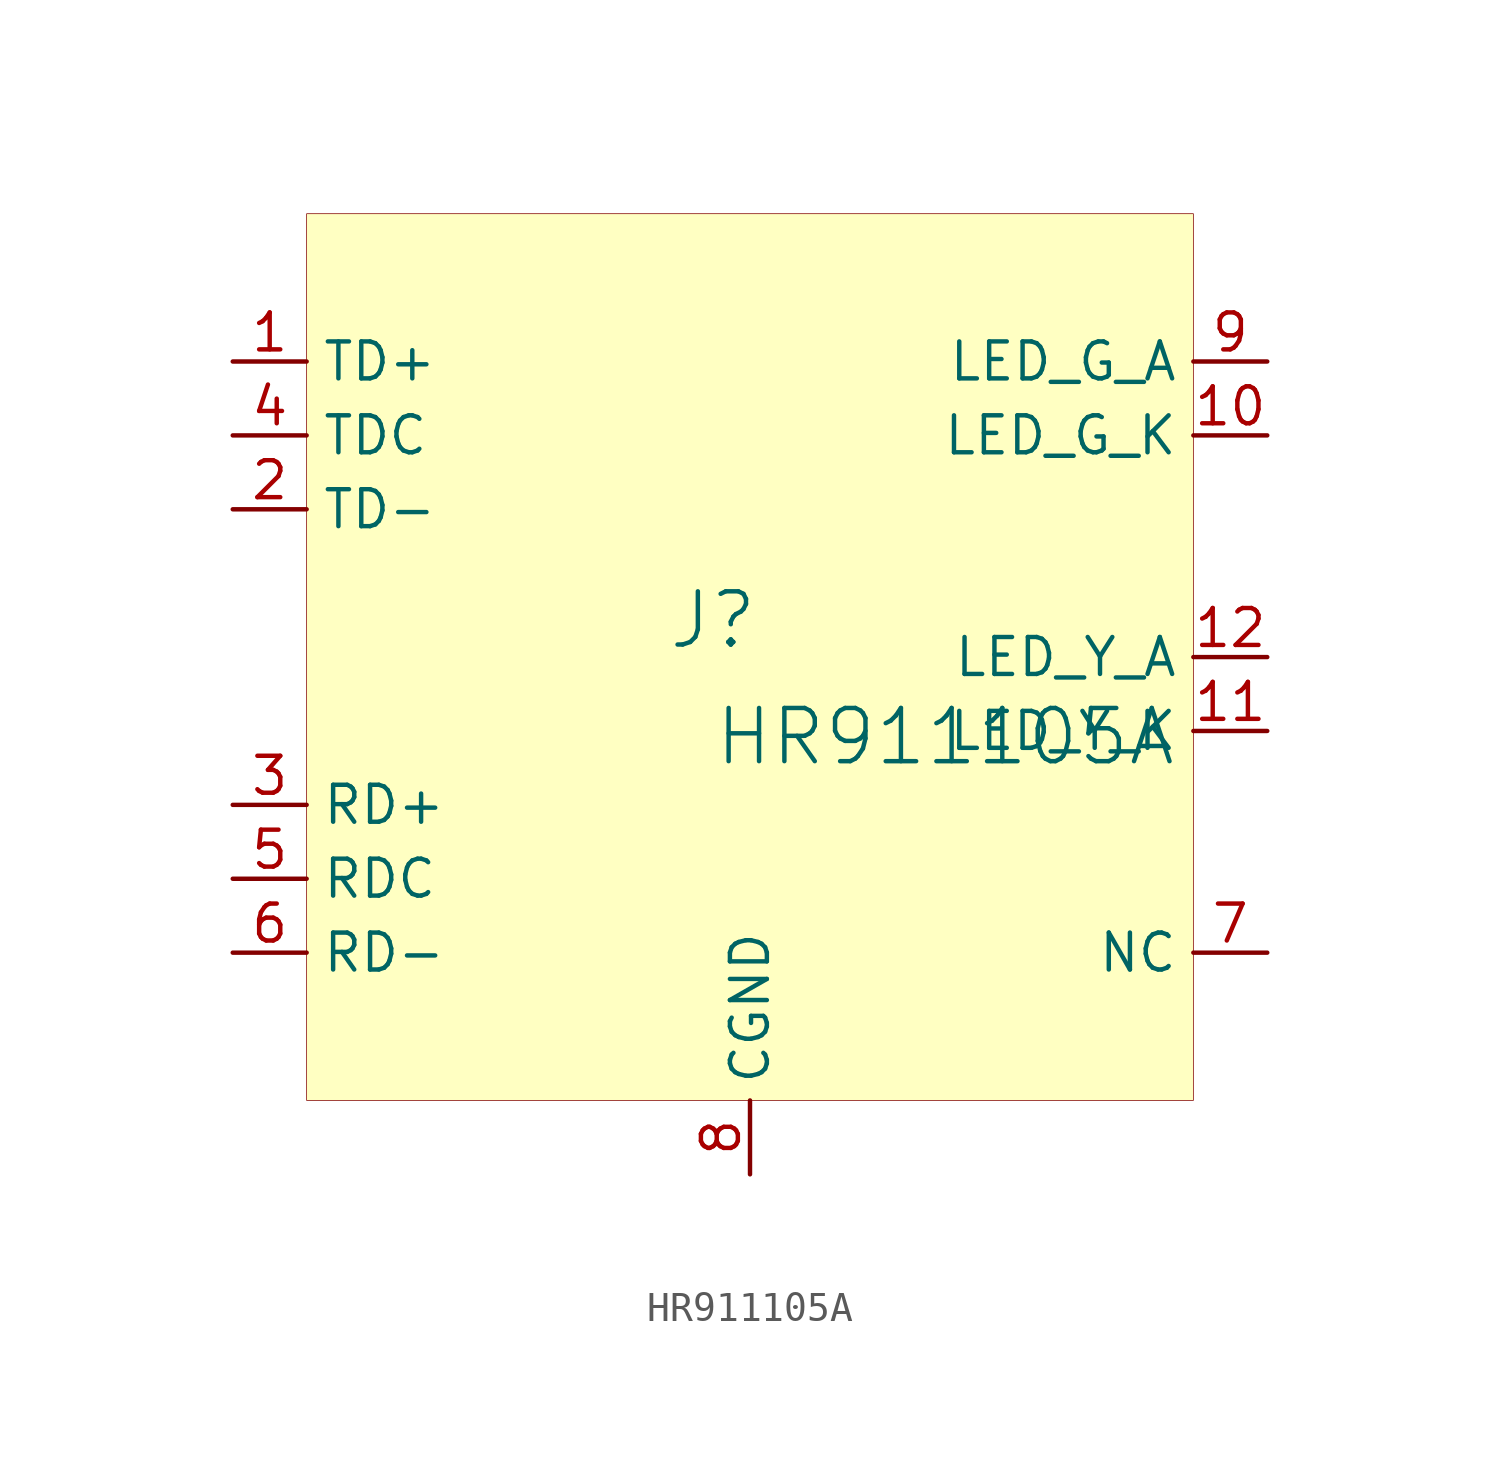
<source format=kicad_sym>
(kicad_symbol_lib
  (version 20231120)
  (generator "kicad_symbol_editor")
  (generator_version "8.0")
  (symbol "HR911105A"
    (property "Reference" "J"
      (at -1.27 1.27 0)
      (effects (font (size 1.829 1.829))))
    (property "Value" "HR911105A"
      (at -1.27 -3.81 0)
      (effects (font (size 1.829 1.829)) (justify left bottom)))
    (symbol "HR911105A_1_0"
      (rectangle (start 15.24 15.24) (end -15.24 -15.24) (stroke (width 0.025) (type solid) (color 128 0 0 1)) (fill (type background)))
      (pin passive line (at -17.78 10.16 0) (length 2.54) (name "TD+" (effects (font (size 1.27 1.27)))) (number "1" (effects (font (size 1.27 1.27)))))
      (pin passive line (at 17.78 7.62 180) (length 2.54) (name "LED_G_K" (effects (font (size 1.27 1.27)))) (number "10" (effects (font (size 1.27 1.27)))))
      (pin passive line (at 17.78 -2.54 180) (length 2.54) (name "LED_Y_K" (effects (font (size 1.27 1.27)))) (number "11" (effects (font (size 1.27 1.27)))))
      (pin passive line (at 17.78 0 180) (length 2.54) (name "LED_Y_A" (effects (font (size 1.27 1.27)))) (number "12" (effects (font (size 1.27 1.27)))))
      (pin passive line (at -17.78 5.08 0) (length 2.54) (name "TD-" (effects (font (size 1.27 1.27)))) (number "2" (effects (font (size 1.27 1.27)))))
      (pin passive line (at -17.78 -5.08 0) (length 2.54) (name "RD+" (effects (font (size 1.27 1.27)))) (number "3" (effects (font (size 1.27 1.27)))))
      (pin passive line (at -17.78 7.62 0) (length 2.54) (name "TDC" (effects (font (size 1.27 1.27)))) (number "4" (effects (font (size 1.27 1.27)))))
      (pin passive line (at -17.78 -7.62 0) (length 2.54) (name "RDC" (effects (font (size 1.27 1.27)))) (number "5" (effects (font (size 1.27 1.27)))))
      (pin passive line (at -17.78 -10.16 0) (length 2.54) (name "RD-" (effects (font (size 1.27 1.27)))) (number "6" (effects (font (size 1.27 1.27)))))
      (pin passive line (at 17.78 -10.16 180) (length 2.54) (name "NC" (effects (font (size 1.27 1.27)))) (number "7" (effects (font (size 1.27 1.27)))))
      (pin passive line (at 0 -17.78 90) (length 2.54) (name "CGND" (effects (font (size 1.27 1.27)))) (number "8" (effects (font (size 1.27 1.27)))))
      (pin passive line (at 17.78 10.16 180) (length 2.54) (name "LED_G_A" (effects (font (size 1.27 1.27)))) (number "9" (effects (font (size 1.27 1.27))))))))
</source>
